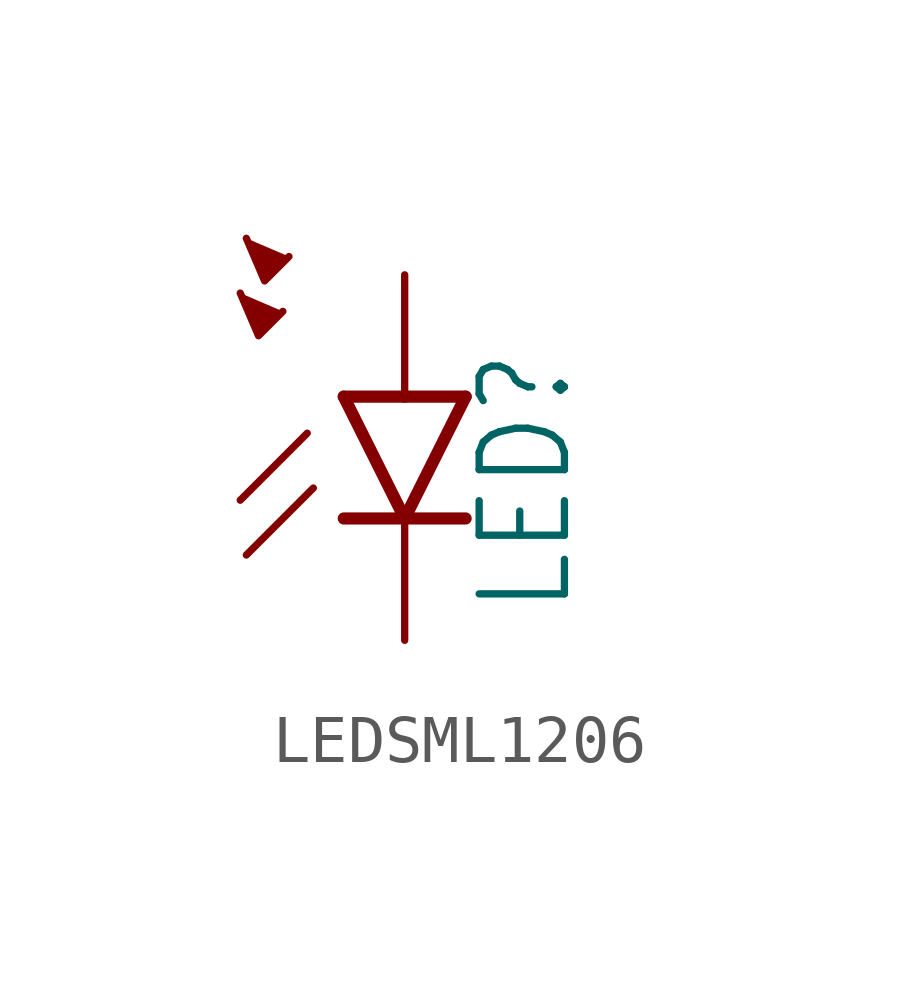
<source format=kicad_sym>
(kicad_symbol_lib
  (version 20241209)
  (generator "kicad_symbol_editor")
  (generator_version "9.0")
  (symbol "LEDSML1206"
    (property "Reference" "LED"
      (at 3.556 -4.572 90)
      (effects (font (size 1.778 1.511)) (justify left bottom)))
    (property "Value" ""
      (at 5.715 -4.572 90)
      (effects (font (size 1.778 1.511)) (justify left bottom)))
    (property "ki_locked" ""
      (at 0 0 0)
      (effects (font (size 1.27 1.27))))
    (symbol "LEDSML1206_1_0"
      (polyline (pts (xy -3.429 2.159) (xy -3.048 1.27) (xy -2.54 1.778)) (stroke (width 0.152) (type solid)) (fill (type outline)))
      (polyline (pts (xy -3.302 3.302) (xy -2.921 2.413) (xy -2.413 2.921)) (stroke (width 0.152) (type solid)) (fill (type outline)))
      (polyline (pts (xy -2.032 -0.762) (xy -3.429 -2.159)) (stroke (width 0.152) (type solid)) (fill (type none)))
      (polyline (pts (xy -1.905 -1.905) (xy -3.302 -3.302)) (stroke (width 0.152) (type solid)) (fill (type none)))
      (polyline (pts (xy 0 0) (xy -1.27 0)) (stroke (width 0.254) (type solid)) (fill (type none)))
      (polyline (pts (xy 0 -2.54) (xy -1.27 0)) (stroke (width 0.254) (type solid)) (fill (type none)))
      (polyline (pts (xy 0 -2.54) (xy -1.27 -2.54)) (stroke (width 0.254) (type solid)) (fill (type none)))
      (polyline (pts (xy 1.27 0) (xy 0 0)) (stroke (width 0.254) (type solid)) (fill (type none)))
      (polyline (pts (xy 1.27 0) (xy 0 -2.54)) (stroke (width 0.254) (type solid)) (fill (type none)))
      (polyline (pts (xy 1.27 -2.54) (xy 0 -2.54)) (stroke (width 0.254) (type solid)) (fill (type none)))
      (pin passive line (at 0 2.54 270) (length 2.54) (name "A" (effects (font (size 0 0)))) (number "A" (effects (font (size 0 0)))))
      (pin passive line (at 0 -5.08 90) (length 2.54) (name "C" (effects (font (size 0 0)))) (number "C" (effects (font (size 0 0))))))))
</source>
